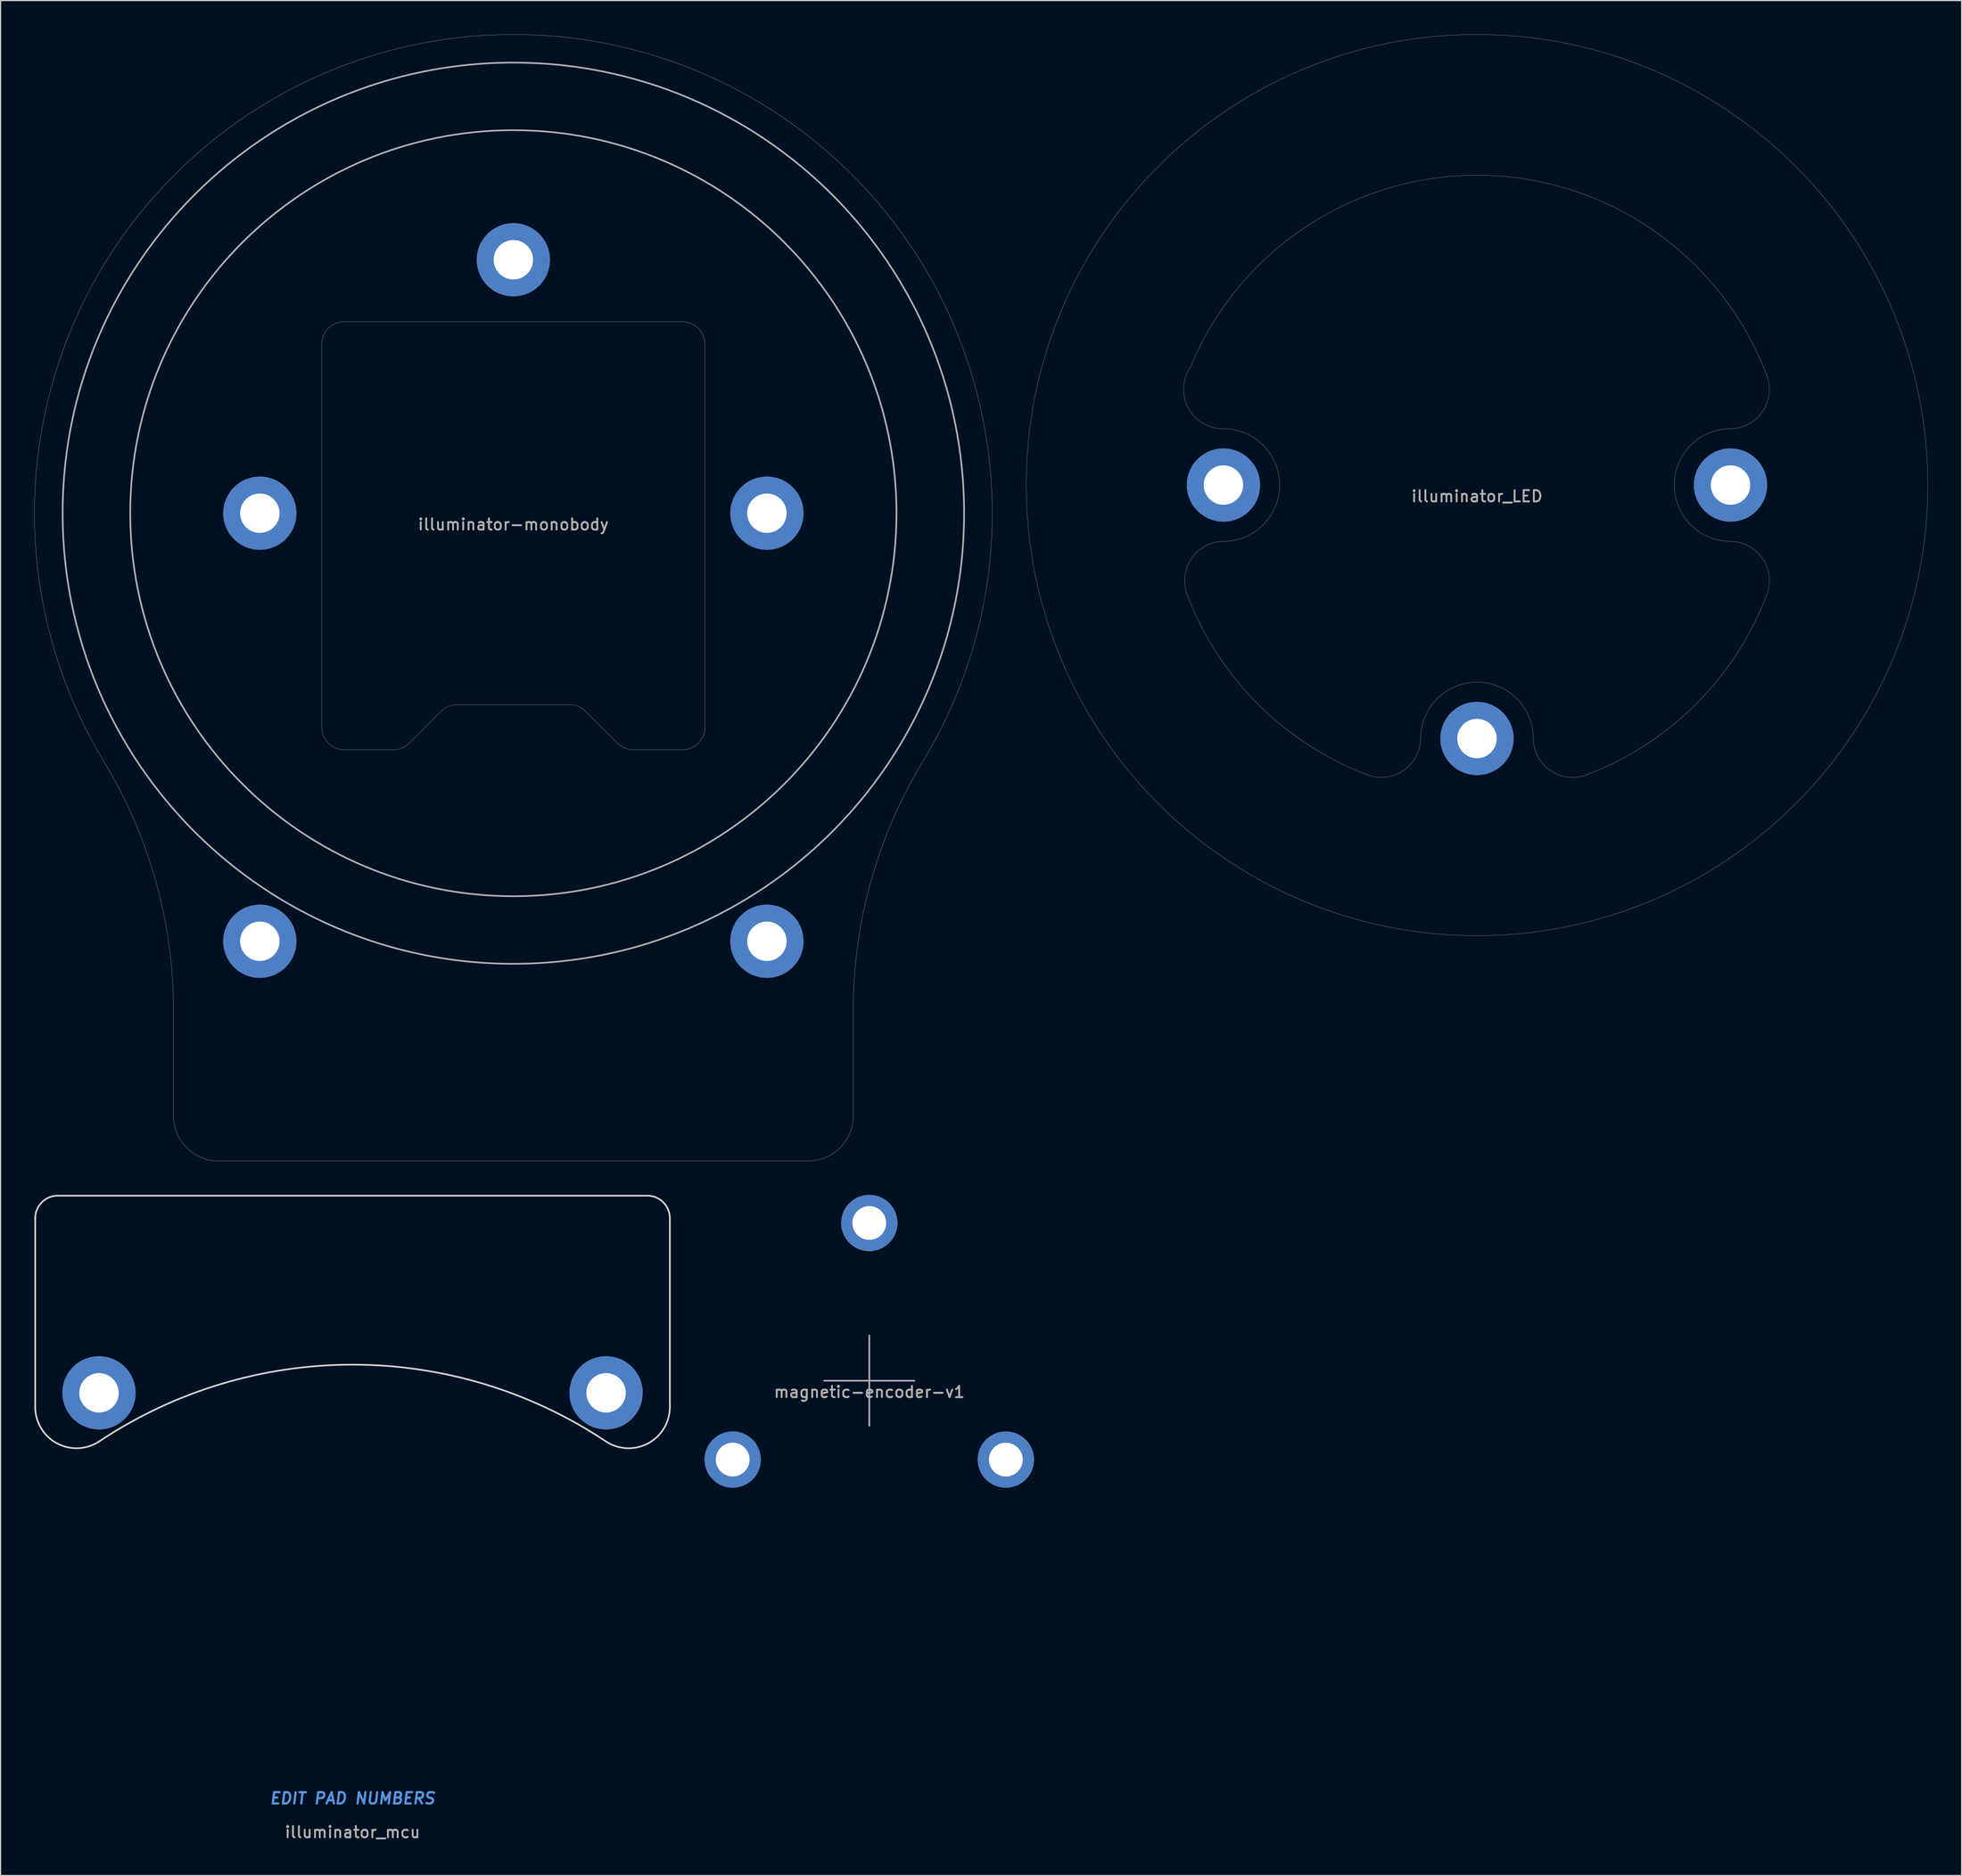
<source format=kicad_pcb>
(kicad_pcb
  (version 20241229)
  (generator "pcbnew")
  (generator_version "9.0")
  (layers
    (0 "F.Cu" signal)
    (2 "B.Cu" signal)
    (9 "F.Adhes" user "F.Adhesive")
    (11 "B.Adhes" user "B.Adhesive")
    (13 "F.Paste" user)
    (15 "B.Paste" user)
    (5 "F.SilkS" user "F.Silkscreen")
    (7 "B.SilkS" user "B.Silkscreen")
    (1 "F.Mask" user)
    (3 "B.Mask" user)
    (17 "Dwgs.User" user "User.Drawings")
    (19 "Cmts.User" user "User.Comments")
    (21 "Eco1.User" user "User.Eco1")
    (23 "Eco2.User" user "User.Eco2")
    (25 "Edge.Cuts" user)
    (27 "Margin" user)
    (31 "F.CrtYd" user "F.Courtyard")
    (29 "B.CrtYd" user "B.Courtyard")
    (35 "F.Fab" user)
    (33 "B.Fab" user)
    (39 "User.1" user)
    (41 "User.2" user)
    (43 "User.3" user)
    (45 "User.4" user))
  (footprint "illuminator_LED"
    (layer "F.Cu")
    (at 128.025 40.008)
    (property "Reference" "illuminator_LED" (at 0 1 0) (layer "F.SilkS") (effects (font (size 1 1) (thickness 0.15))))
    (attr through_hole)
    (fp_arc (start -25.720899 9.730643) (mid -25.333127 6.516044) (end -22.472116 4.999922) (stroke (width 0.016) (type solid)) (layer "Edge.Cuts"))
    (fp_arc (start -25.428027 -10.472127) (mid 0.398614 -27.497111) (end 25.720898 -9.730642) (stroke (width 0.016) (type solid)) (layer "Edge.Cuts"))
    (fp_arc (start -22.527884 -4.999923) (mid -25.634898 -6.857883) (end -25.428027 -10.472127) (stroke (width 0.016) (type solid)) (layer "Edge.Cuts"))
    (fp_arc (start -22.527884 -4.999922) (mid -17.500078 -0.027884) (end -22.472116 4.999922) (stroke (width 0.016) (type solid)) (layer "Edge.Cuts"))
    (fp_arc (start -9.729367 25.72138) (mid -19.444954 19.445918) (end -25.720898 9.730642) (stroke (width 0.016) (type solid)) (layer "Edge.Cuts"))
    (fp_arc (start -4.99984 22.540088) (mid -6.542798 25.352486) (end -9.729367 25.72138) (stroke (width 0.016) (type solid)) (layer "Edge.Cuts"))
    (fp_arc (start -4.999839 22.540088) (mid 0.040392 17.500163) (end 4.998539 22.620861) (stroke (width 0.016) (type solid)) (layer "Edge.Cuts"))
    (fp_arc (start 9.724587 25.723188) (mid 6.571357 25.375815) (end 4.998539 22.620861) (stroke (width 0.016) (type solid)) (layer "Edge.Cuts"))
    (fp_arc (start 22.477348 4.999949) (mid 25.412038 6.622136) (end 25.629747 9.968252) (stroke (width 0.016) (type solid)) (layer "Edge.Cuts"))
    (fp_arc (start 22.477349 4.999948) (mid 17.500001 0.002617) (end 22.472116 -4.999922) (stroke (width 0.016) (type solid)) (layer "Edge.Cuts"))
    (fp_arc (start 25.629748 9.968251) (mid 19.352953 19.537483) (end 9.724588 25.723188) (stroke (width 0.016) (type solid)) (layer "Edge.Cuts"))
    (fp_arc (start 25.720899 -9.730643) (mid 25.333127 -6.516044) (end 22.472116 -4.999922) (stroke (width 0.016) (type solid)) (layer "Edge.Cuts"))
    (fp_circle (center 0 0) (end -40 0) (stroke (width 0.016) (type solid)) (fill no) (layer "Edge.Cuts"))
    (fp_text user "${REFERENCE}" (at 0 1 0) (layer "F.Fab") (effects (font (size 1 1) (thickness 0.15))))
    (pad "1" thru_hole circle (at -22.5 0) (size 6.5 6.5) (drill 3.5) (layers "*.Cu" "*.Mask"))
    (pad "1" thru_hole circle (at 0 22.5) (size 6.5 6.5) (drill 3.5) (layers "*.Cu" "*.Mask"))
    (pad "1" thru_hole circle (at 22.5 0) (size 6.5 6.5) (drill 3.5) (layers "*.Cu" "*.Mask")))
  (footprint "magnetic-encoder-v1"
    (layer "F.Cu")
    (at 74.096 119.517)
    (property "Reference" "magnetic-encoder-v1" (at 0 1 0) (layer "F.SilkS") (effects (font (size 1 1) (thickness 0.15))))
    (attr through_hole)
    (fp_line (start 0 -4) (end 0 4) (stroke (width 0.15) (type solid)) (layer "F.Fab"))
    (fp_line (start 4 0) (end -4 0) (stroke (width 0.15) (type solid)) (layer "F.Fab"))
    (fp_text user "${REFERENCE}" (at 0 1 0) (layer "F.Fab") (effects (font (size 1 1) (thickness 0.15))))
    (pad "1" thru_hole circle (at -12.124 7) (size 5 5) (drill 3) (layers "*.Cu" "*.Mask"))
    (pad "1" thru_hole circle (at 0 -14) (size 5 5) (drill 3) (layers "*.Cu" "*.Mask"))
    (pad "1" thru_hole circle (at 12.118 7.004) (size 5 5) (drill 3) (layers "*.Cu" "*.Mask")))
  (footprint "illuminator_mcu"
    (layer "F.Cu")
    (at 28.236 158.592)
    (property "Reference" "illuminator_mcu" (at 0 1 0) (layer "F.SilkS") (effects (font (size 1 1) (thickness 0.15))))
    (attr through_hole)
    (fp_line (start -28.161 -36.741) (end -28.161 -53.5) (stroke (width 0.15) (type solid)) (layer "Edge.Cuts"))
    (fp_line (start -26.161 -55.5) (end 26.161 -55.5) (stroke (width 0.15) (type solid)) (layer "Edge.Cuts"))
    (fp_line (start 28.161 -53.5) (end 28.161 -36.741) (stroke (width 0.15) (type solid)) (layer "Edge.Cuts"))
    (fp_arc (start -28.160875 -53.5) (mid -27.575089 -54.914214) (end -26.160875 -55.5) (stroke (width 0.15) (type solid)) (layer "Edge.Cuts"))
    (fp_arc (start -22.468999 -33.69561) (mid -26.227247 -33.513644) (end -28.160875 -36.741433) (stroke (width 0.15) (type solid)) (layer "Edge.Cuts"))
    (fp_arc (start -22.468999 -33.69561) (mid -0.000007 -40.500001) (end 22.468988 -33.695617) (stroke (width 0.15) (type solid)) (layer "Edge.Cuts"))
    (fp_arc (start 26.160875 -55.5) (mid 27.575089 -54.914214) (end 28.160875 -53.5) (stroke (width 0.15) (type solid)) (layer "Edge.Cuts"))
    (fp_arc (start 28.160875 -36.741433) (mid 26.227241 -33.513641) (end 22.468988 -33.695617) (stroke (width 0.15) (type solid)) (layer "Edge.Cuts"))
    (fp_text user "EDIT PAD NUMBERS" (at 0 -2 0) (layer "Cmts.User") (effects (font (size 1 1) (thickness 0.2) (italic yes))))
    (fp_text user "${REFERENCE}" (at 0 1 0) (layer "F.Fab") (effects (font (size 1 1) (thickness 0.15))))
    (pad "1" thru_hole circle (at -22.5 -38) (size 6.5 6.5) (drill 3.5) (layers "*.Cu" "*.Mask"))
    (pad "1" thru_hole circle (at 22.5 -38) (size 6.5 6.5) (drill 3.5) (layers "*.Cu" "*.Mask")))
  (footprint "illuminator-monobody"
    (layer "F.Cu")
    (at 42.508 42.508)
    (property "Reference" "illuminator-monobody" (at 0 1 0) (layer "F.SilkS") (effects (font (size 1 1) (thickness 0.15))))
    (attr through_hole)
    (fp_line (start -30.161 53.5) (end -30.161 44.132) (stroke (width 0.017) (type solid)) (layer "Edge.Cuts"))
    (fp_line (start -17 19) (end -17 -15) (stroke (width 0.017) (type solid)) (layer "Edge.Cuts"))
    (fp_line (start -15 -17) (end 15 -17) (stroke (width 0.017) (type solid)) (layer "Edge.Cuts"))
    (fp_line (start -10.657 21) (end -15 21) (stroke (width 0.017) (type solid)) (layer "Edge.Cuts"))
    (fp_line (start -9.243 20.414) (end -6.414 17.586) (stroke (width 0.017) (type solid)) (layer "Edge.Cuts"))
    (fp_line (start -5 17) (end 5 17) (stroke (width 0.017) (type solid)) (layer "Edge.Cuts"))
    (fp_line (start 6.414 17.586) (end 9.243 20.414) (stroke (width 0.017) (type solid)) (layer "Edge.Cuts"))
    (fp_line (start 15 21) (end 10.657 21) (stroke (width 0.017) (type solid)) (layer "Edge.Cuts"))
    (fp_line (start 17 -15) (end 17 19) (stroke (width 0.017) (type solid)) (layer "Edge.Cuts"))
    (fp_line (start 26.161 57.5) (end -26.161 57.5) (stroke (width 0.017) (type solid)) (layer "Edge.Cuts"))
    (fp_line (start 30.161 44.132) (end 30.161 53.5) (stroke (width 0.017) (type solid)) (layer "Edge.Cuts"))
    (fp_arc (start -36.337035 22.042456) (mid -31.733966 32.663698) (end -30.160875 44.132107) (stroke (width 0.017) (type solid)) (layer "Edge.Cuts"))
    (fp_arc (start -36.337035 22.042456) (mid 0 -42.5) (end 36.337035 22.042456) (stroke (width 0.017) (type solid)) (layer "Edge.Cuts"))
    (fp_arc (start -26.160875 57.5) (mid -28.989302 56.328427) (end -30.160875 53.5) (stroke (width 0.017) (type solid)) (layer "Edge.Cuts"))
    (fp_arc (start -17 -15) (mid -16.414214 -16.414214) (end -15 -17) (stroke (width 0.017) (type solid)) (layer "Edge.Cuts"))
    (fp_arc (start -15 21.000017) (mid -16.414214 20.414231) (end -17 19.000017) (stroke (width 0.017) (type solid)) (layer "Edge.Cuts"))
    (fp_arc (start -9.242658 20.414231) (mid -9.891505 20.847777) (end -10.656872 21.000017) (stroke (width 0.017) (type solid)) (layer "Edge.Cuts"))
    (fp_arc (start -6.414214 17.585786) (mid -5.765367 17.15224) (end -5 17) (stroke (width 0.017) (type solid)) (layer "Edge.Cuts"))
    (fp_arc (start 5 16.999999) (mid 5.765367 17.15224) (end 6.414214 17.585786) (stroke (width 0.017) (type solid)) (layer "Edge.Cuts"))
    (fp_arc (start 10.656836 20.999983) (mid 9.891469 20.847742) (end 9.242623 20.414196) (stroke (width 0.017) (type solid)) (layer "Edge.Cuts"))
    (fp_arc (start 15 -17) (mid 16.414214 -16.414214) (end 17 -15) (stroke (width 0.017) (type solid)) (layer "Edge.Cuts"))
    (fp_arc (start 17 18.999983) (mid 16.414214 20.414197) (end 15 20.999983) (stroke (width 0.017) (type solid)) (layer "Edge.Cuts"))
    (fp_arc (start 30.160875 44.132107) (mid 31.733966 32.663698) (end 36.337035 22.042456) (stroke (width 0.017) (type solid)) (layer "Edge.Cuts"))
    (fp_arc (start 30.160875 53.5) (mid 28.989302 56.328427) (end 26.160875 57.5) (stroke (width 0.017) (type solid)) (layer "Edge.Cuts"))
    (fp_circle (center 0 0) (end -40 0) (stroke (width 0.15) (type solid)) (fill no) (layer "F.Fab"))
    (fp_circle (center 0 0) (end -34 0) (stroke (width 0.15) (type solid)) (fill no) (layer "F.Fab"))
    (fp_text user "${REFERENCE}" (at 0 1 0) (layer "F.Fab") (effects (font (size 1 1) (thickness 0.15))))
    (pad "1" thru_hole circle (at -22.5 0) (size 6.5 6.5) (drill 3.5) (layers "*.Cu" "*.Mask"))
    (pad "1" thru_hole circle (at -22.5 38) (size 6.5 6.5) (drill 3.5) (layers "*.Cu" "*.Mask"))
    (pad "1" thru_hole circle (at 0 -22.5) (size 6.5 6.5) (drill 3.5) (layers "*.Cu" "*.Mask"))
    (pad "1" thru_hole circle (at 22.5 0) (size 6.5 6.5) (drill 3.5) (layers "*.Cu" "*.Mask"))
    (pad "1" thru_hole circle (at 22.5 38) (size 6.5 6.5) (drill 3.5) (layers "*.Cu" "*.Mask")))
  (gr_rect
    (start -3 -3)
    (end 171.033 163.44)
    (stroke (width 0.1) (type default))
    (fill no)
    (layer "Edge.Cuts")))
</source>
